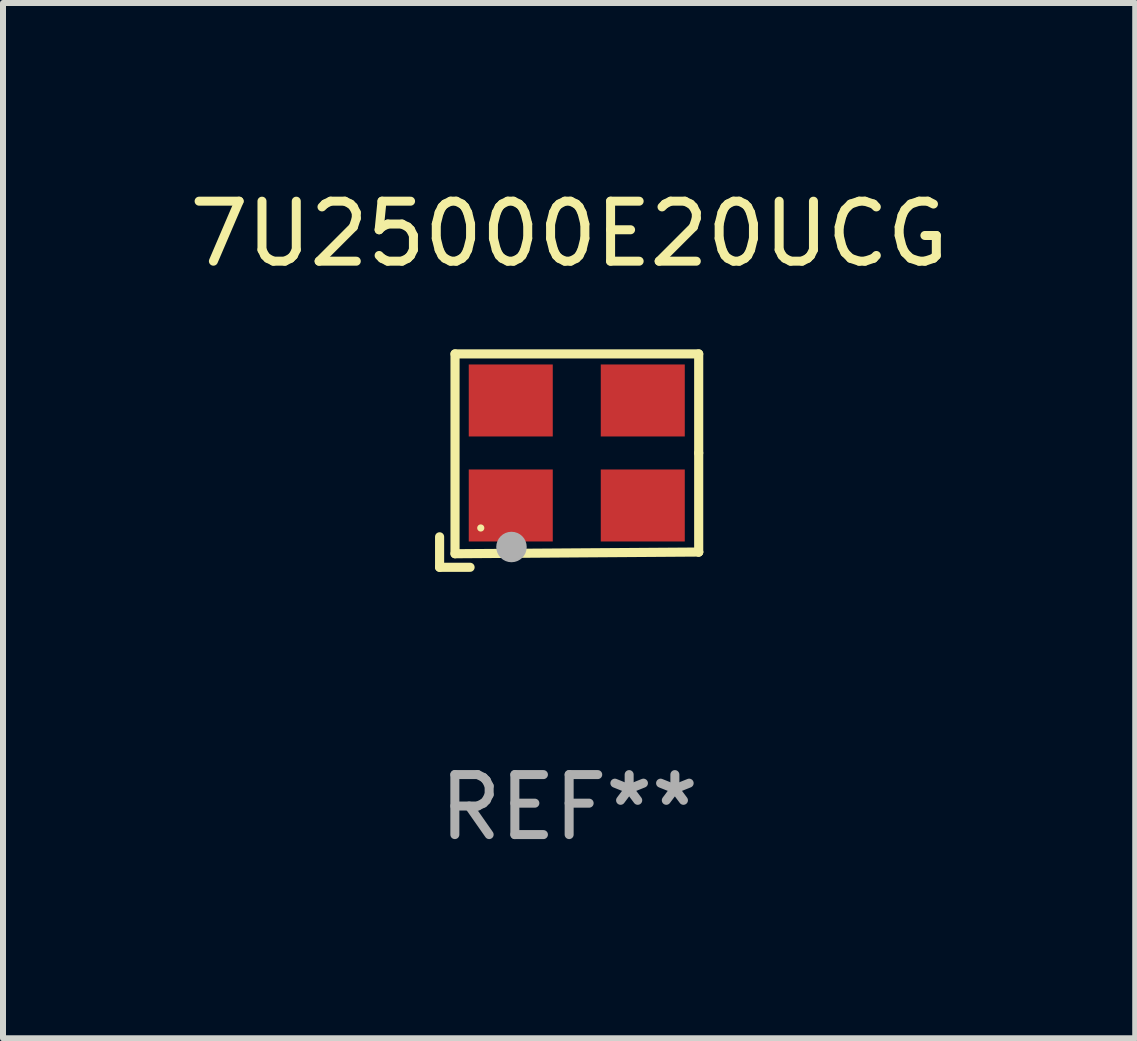
<source format=kicad_pcb>
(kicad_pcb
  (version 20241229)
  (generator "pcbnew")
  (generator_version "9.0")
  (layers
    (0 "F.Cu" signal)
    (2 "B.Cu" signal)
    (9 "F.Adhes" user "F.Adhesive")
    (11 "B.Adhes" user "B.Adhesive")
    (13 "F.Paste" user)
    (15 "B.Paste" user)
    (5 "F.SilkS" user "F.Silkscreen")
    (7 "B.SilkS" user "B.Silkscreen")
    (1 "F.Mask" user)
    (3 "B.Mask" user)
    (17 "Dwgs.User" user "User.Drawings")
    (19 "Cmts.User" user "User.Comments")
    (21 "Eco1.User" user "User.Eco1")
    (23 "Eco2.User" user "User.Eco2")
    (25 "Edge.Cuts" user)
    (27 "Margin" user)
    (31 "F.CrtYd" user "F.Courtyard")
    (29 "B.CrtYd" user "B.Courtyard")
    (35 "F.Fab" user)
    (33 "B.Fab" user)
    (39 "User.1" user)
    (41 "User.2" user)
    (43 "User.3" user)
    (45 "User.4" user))
  (footprint "7U25000E20UCG"
    (layer "F.Cu")
    (at 6.435 4.626)
    (property "Reference" "7U25000E20UCG" (at 0 -3.778 0) (layer "F.SilkS") (effects (font (size 1 1) (thickness 0.15))))
    (attr through_hole)
    (fp_line (start -2.159 1.27) (end -2.159 1.778) (stroke (width 0.152) (type solid)) (layer "F.SilkS"))
    (fp_line (start -2.159 1.778) (end -1.651 1.778) (stroke (width 0.152) (type solid)) (layer "F.SilkS"))
    (fp_line (start -1.902 -1.778) (end 2.159 -1.778) (stroke (width 0.152) (type solid)) (layer "F.SilkS"))
    (fp_line (start -1.902 1.552) (end -1.902 -1.778) (stroke (width 0.152) (type solid)) (layer "F.SilkS"))
    (fp_line (start 2.159 -1.778) (end 2.159 -0.127) (stroke (width 0.152) (type solid)) (layer "F.SilkS"))
    (fp_line (start 2.159 -0.127) (end 2.159 1.524) (stroke (width 0.152) (type solid)) (layer "F.SilkS"))
    (fp_line (start 2.159 1.524) (end -1.902 1.552) (stroke (width 0.152) (type solid)) (layer "F.SilkS"))
    (fp_line (start 2.159 1.524) (end 2.159 1.524) (stroke (width 0.152) (type solid)) (layer "F.SilkS"))
    (fp_circle (center -1.473 1.123) (end -1.443 1.123) (stroke (width 0.06) (type solid)) (fill no) (layer "F.SilkS"))
    (fp_circle (center -0.961 1.44) (end -0.834 1.44) (stroke (width 0.254) (type solid)) (fill no) (layer "F.Fab"))
    (fp_text user "REF**" (at 0 5.778 0) (layer "F.Fab") (effects (font (size 1 1) (thickness 0.15))))
    (pad "1" smd rect (at -0.973 0.748) (size 1.4 1.2) (layers "F.Cu" "F.Mask" "F.Paste"))
    (pad "2" smd rect (at 1.227 0.748) (size 1.4 1.2) (layers "F.Cu" "F.Mask" "F.Paste"))
    (pad "3" smd rect (at 1.227 -1.002) (size 1.4 1.2) (layers "F.Cu" "F.Mask" "F.Paste"))
    (pad "4" smd rect (at -0.973 -1.002) (size 1.4 1.2) (layers "F.Cu" "F.Mask" "F.Paste")))
  (gr_rect
    (start -3 -3)
    (end 15.869 14.253)
    (stroke (width 0.1) (type default))
    (fill no)
    (layer "Edge.Cuts")))
</source>
